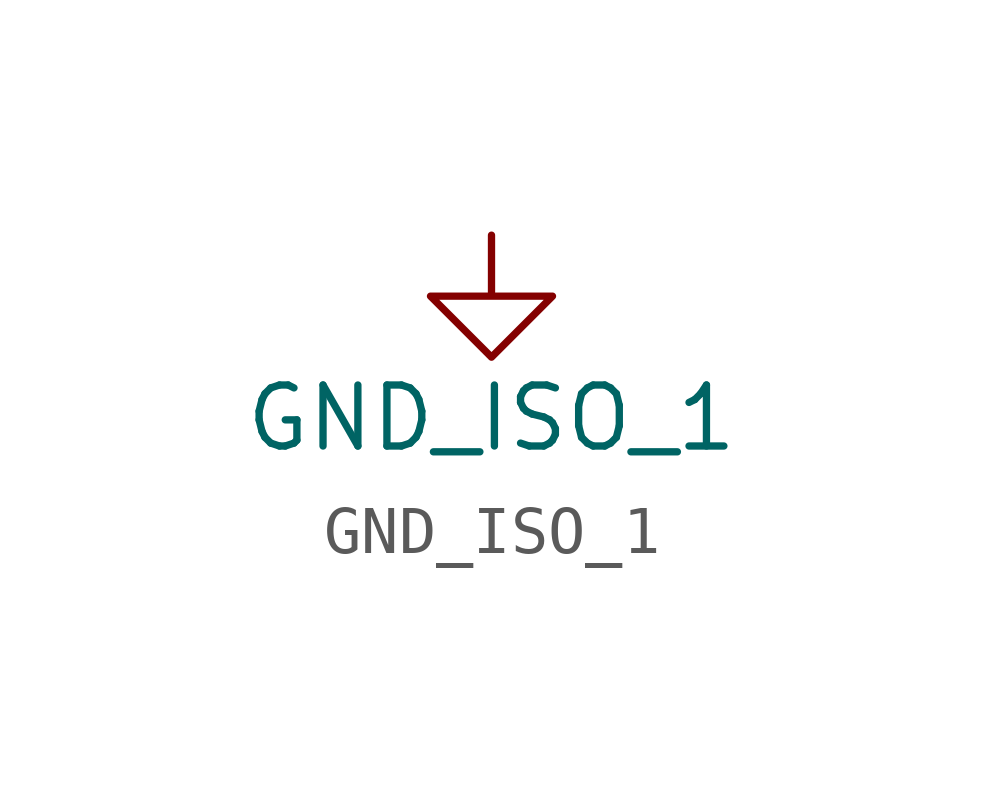
<source format=kicad_sym>
(kicad_symbol_lib
  (version 20220914)
  (generator kicad_symbol_editor)
  (symbol "GND_ISO_1"
    (power)
    (pin_names
      (offset 0))
    (property "Reference" "#PWR"
      (at 0 -6.35 0)
      (effects (font (size 1.27 1.27)) hide))
    (property "Value" "GND_ISO_1"
      (at 0 -3.81 0)
      (effects (font (size 1.27 1.27))))
    (symbol "GND_ISO_1_0_1"
      (polyline (pts (xy 0 0) (xy 0 -1.27) (xy 1.27 -1.27) (xy 0 -2.54) (xy -1.27 -1.27) (xy 0 -1.27)) (stroke (width 0) (type default)) (fill (type none))))
    (symbol "GND_ISO_1_1_1"
      (pin power_in line (at 0 0 0) (length 0) hide (name "GND_ISO_1" (effects (font (size 1.27 1.27)))) (number "1" (effects (font (size 1.27 1.27))))))))
</source>
